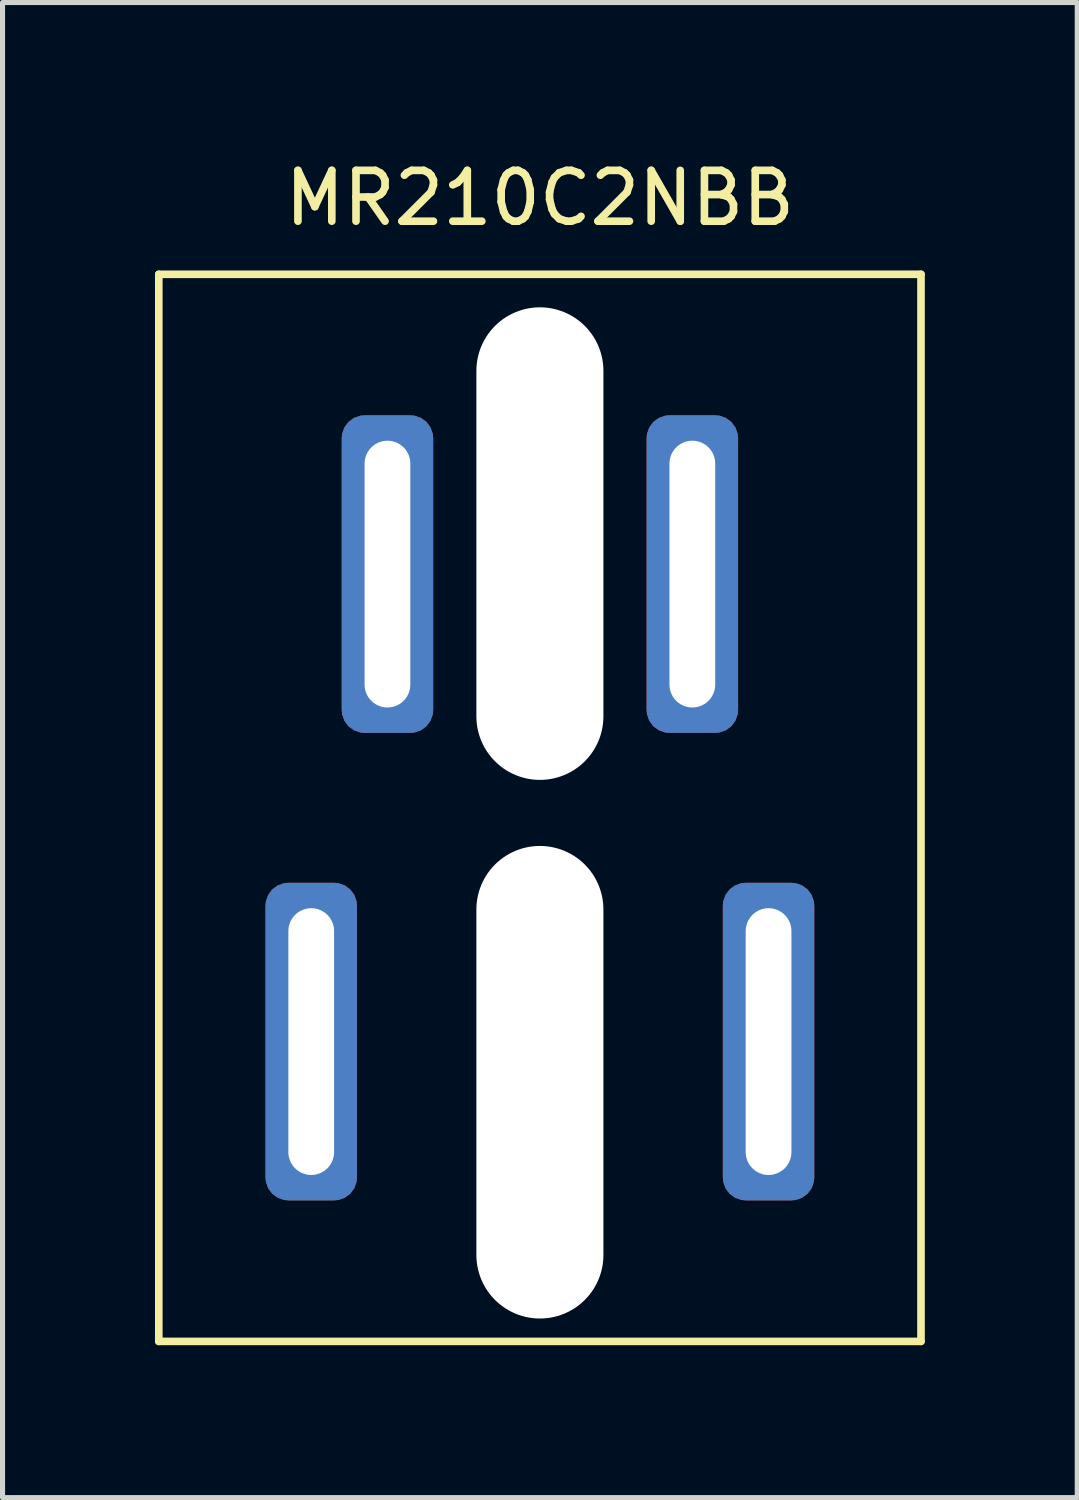
<source format=kicad_pcb>
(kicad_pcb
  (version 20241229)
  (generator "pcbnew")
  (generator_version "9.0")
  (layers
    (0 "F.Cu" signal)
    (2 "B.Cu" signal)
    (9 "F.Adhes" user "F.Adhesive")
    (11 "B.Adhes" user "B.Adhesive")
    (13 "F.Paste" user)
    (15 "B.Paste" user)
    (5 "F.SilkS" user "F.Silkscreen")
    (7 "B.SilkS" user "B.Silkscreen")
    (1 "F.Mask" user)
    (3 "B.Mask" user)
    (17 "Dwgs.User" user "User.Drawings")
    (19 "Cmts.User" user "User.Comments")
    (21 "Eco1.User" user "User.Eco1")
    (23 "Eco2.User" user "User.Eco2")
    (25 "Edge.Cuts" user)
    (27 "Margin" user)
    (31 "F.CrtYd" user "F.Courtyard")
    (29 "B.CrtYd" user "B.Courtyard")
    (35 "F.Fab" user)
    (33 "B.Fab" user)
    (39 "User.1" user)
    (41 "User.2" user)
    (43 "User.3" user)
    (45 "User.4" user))
  (footprint "MR210C2NBB"
    (layer "F.Cu")
    (at 7.575 12.848)
    (property "Reference" "MR210C2NBB" (at 0 -12 0) (layer "F.SilkS") (effects (font (size 1 1) (thickness 0.15))))
    (attr through_hole)
    (fp_line (start -7.5 -10.5) (end -7.5 10.5) (stroke (width 0.15) (type solid)) (layer "F.SilkS"))
    (fp_line (start -7.5 10.5) (end 7.5 10.5) (stroke (width 0.15) (type solid)) (layer "F.SilkS"))
    (fp_line (start 7.5 -10.5) (end -7.5 -10.5) (stroke (width 0.15) (type solid)) (layer "F.SilkS"))
    (fp_line (start 7.5 10.5) (end 7.5 -10.5) (stroke (width 0.15) (type solid)) (layer "F.SilkS"))
    (pad "" np_thru_hole oval (at 0 -5.2) (size 2.5 9.3) (drill oval 2.5 9.3) (layers "*.Cu" "*.Mask"))
    (pad "" np_thru_hole oval (at 0 5.4) (size 2.5 9.3) (drill oval 2.5 9.3) (layers "*.Cu" "*.Mask"))
    (pad "1A" thru_hole roundrect (at 4.5 4.6) (size 1.8 6.25) (drill oval 0.9 5.25) (layers "*.Cu" "*.Mask") (roundrect_rratio 0.25))
    (pad "2A" thru_hole roundrect (at -4.5 4.6) (size 1.8 6.25) (drill oval 0.9 5.25) (layers "*.Cu" "*.Mask") (roundrect_rratio 0.25))
    (pad "3B" thru_hole roundrect (at 3 -4.6) (size 1.8 6.25) (drill oval 0.9 5.25) (layers "*.Cu" "*.Mask") (roundrect_rratio 0.25))
    (pad "4B" thru_hole roundrect (at -3 -4.6) (size 1.8 6.25) (drill oval 0.9 5.25) (layers "*.Cu" "*.Mask") (roundrect_rratio 0.25)))
  (gr_rect
    (start -3 -3)
    (end 18.15 26.423)
    (stroke (width 0.1) (type default))
    (fill no)
    (layer "Edge.Cuts")))
</source>
